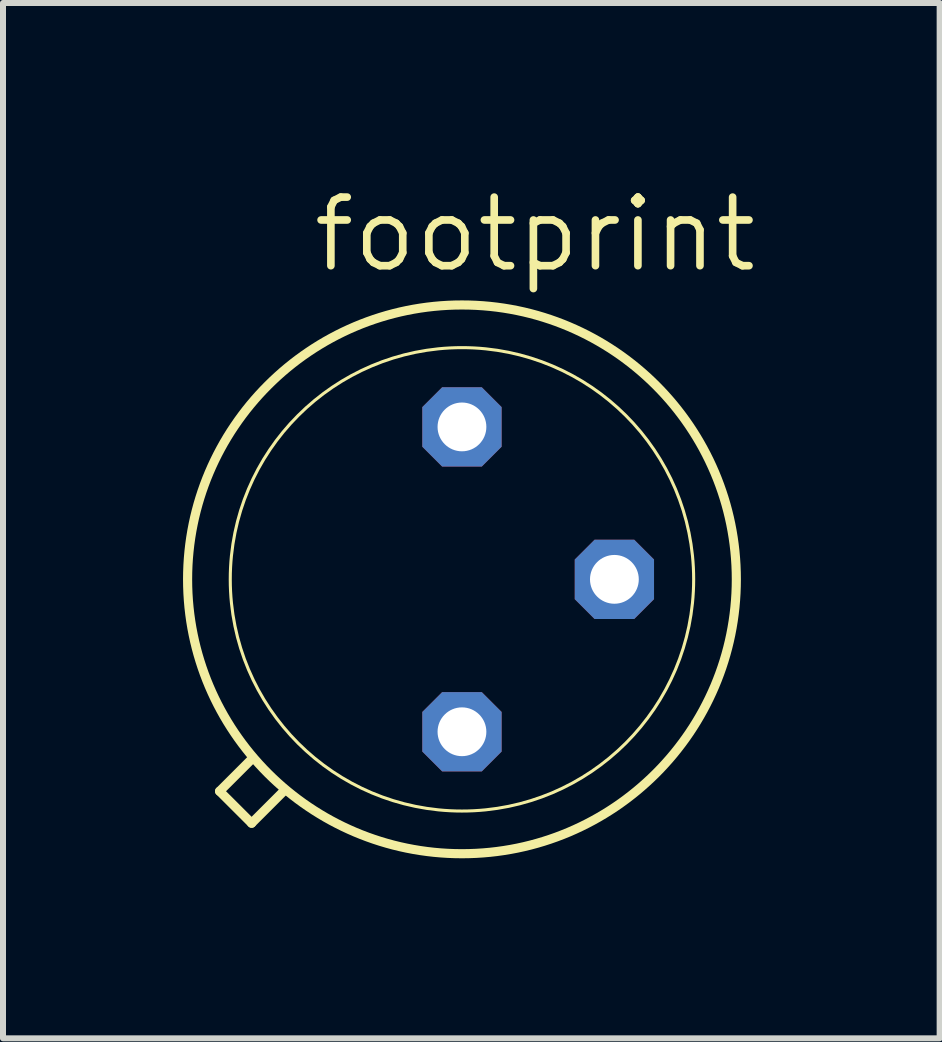
<source format=kicad_pcb>
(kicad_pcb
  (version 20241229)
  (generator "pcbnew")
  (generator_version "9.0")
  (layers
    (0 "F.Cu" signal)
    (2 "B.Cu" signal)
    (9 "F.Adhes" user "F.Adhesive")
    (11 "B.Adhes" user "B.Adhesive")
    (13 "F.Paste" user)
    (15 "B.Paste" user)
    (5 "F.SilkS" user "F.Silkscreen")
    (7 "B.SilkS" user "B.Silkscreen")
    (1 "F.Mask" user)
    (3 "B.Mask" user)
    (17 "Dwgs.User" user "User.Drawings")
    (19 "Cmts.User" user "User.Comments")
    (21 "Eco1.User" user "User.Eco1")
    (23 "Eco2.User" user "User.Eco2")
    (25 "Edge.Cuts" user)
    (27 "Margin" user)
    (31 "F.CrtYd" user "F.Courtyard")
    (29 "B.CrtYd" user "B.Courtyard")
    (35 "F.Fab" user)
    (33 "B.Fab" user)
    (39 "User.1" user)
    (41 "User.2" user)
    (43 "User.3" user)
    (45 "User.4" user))
  (footprint "footprint"
    (layer "F.Cu")
    (at 4.648 6.604)
    (property "Reference" "footprint" (at -2.54 -5.08 0) (layer "F.SilkS") (effects (font (size 1.143 1.143) (thickness 0.127)) (justify left bottom)))
    (fp_line (start -4.039 3.531) (end -3.505 2.997) (stroke (width 0.152) (type solid)) (layer "F.SilkS"))
    (fp_line (start -3.505 4.064) (end -4.039 3.531) (stroke (width 0.152) (type solid)) (layer "F.SilkS"))
    (fp_line (start -2.972 3.531) (end -3.505 4.064) (stroke (width 0.152) (type solid)) (layer "F.SilkS"))
    (fp_circle (center 0 0) (end 3.861 0) (stroke (width 0.051) (type solid)) (fill no) (layer "F.SilkS"))
    (fp_circle (center 0 0) (end 4.572 0) (stroke (width 0.152) (type solid)) (fill no) (layer "F.SilkS"))
    (pad "1" thru_hole roundrect (at 0 2.54) (size 1.321 1.321) (drill 0.813) (layers "*.Cu" "*.Mask") (roundrect_rratio 0.25) (chamfer_ratio 0.25) (chamfer top_left top_right bottom_left bottom_right))
    (pad "2" thru_hole roundrect (at 2.54 0) (size 1.321 1.321) (drill 0.813) (layers "*.Cu" "*.Mask") (roundrect_rratio 0.25) (chamfer_ratio 0.25) (chamfer top_left top_right bottom_left bottom_right))
    (pad "3" thru_hole roundrect (at 0 -2.54) (size 1.321 1.321) (drill 0.813) (layers "*.Cu" "*.Mask") (roundrect_rratio 0.25) (chamfer_ratio 0.25) (chamfer top_left top_right bottom_left bottom_right)))
  (gr_rect
    (start -3 -3)
    (end 12.608 14.252)
    (stroke (width 0.1) (type default))
    (fill no)
    (layer "Edge.Cuts")))
</source>
